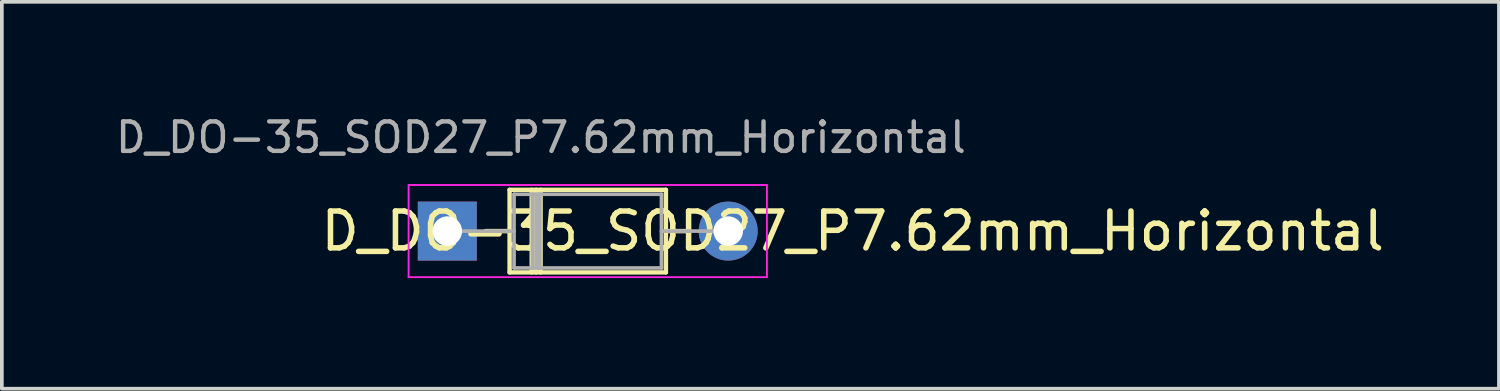
<source format=kicad_pcb>
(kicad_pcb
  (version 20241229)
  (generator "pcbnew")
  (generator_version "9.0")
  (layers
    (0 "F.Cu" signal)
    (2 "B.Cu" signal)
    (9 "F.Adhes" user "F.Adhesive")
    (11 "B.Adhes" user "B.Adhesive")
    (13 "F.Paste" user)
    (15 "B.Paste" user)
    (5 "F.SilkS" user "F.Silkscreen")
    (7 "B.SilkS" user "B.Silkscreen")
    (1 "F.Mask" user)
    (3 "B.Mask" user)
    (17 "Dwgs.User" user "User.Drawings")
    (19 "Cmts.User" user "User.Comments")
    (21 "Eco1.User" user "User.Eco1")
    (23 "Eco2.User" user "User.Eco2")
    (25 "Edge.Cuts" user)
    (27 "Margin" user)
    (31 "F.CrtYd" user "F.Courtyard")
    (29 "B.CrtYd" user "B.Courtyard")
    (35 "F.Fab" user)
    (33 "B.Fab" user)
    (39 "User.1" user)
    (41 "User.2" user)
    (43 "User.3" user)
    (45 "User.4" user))
  (footprint "D_DO-35_SOD27_P7.62mm_Horizontal"
    (layer "F.Cu")
    (at 9.084 3.219)
    (property "Reference" "D_DO-35_SOD27_P7.62mm_Horizontal" (at 10.998 0 180) (layer "F.SilkS") (effects (font (size 1 1) (thickness 0.15))))
    (attr through_hole)
    (fp_line (start 1.04 0) (end 1.69 0) (stroke (width 0.12) (type solid)) (layer "F.SilkS"))
    (fp_line (start 1.69 -1.12) (end 1.69 1.12) (stroke (width 0.12) (type solid)) (layer "F.SilkS"))
    (fp_line (start 1.69 1.12) (end 5.93 1.12) (stroke (width 0.12) (type solid)) (layer "F.SilkS"))
    (fp_line (start 2.29 -1.12) (end 2.29 1.12) (stroke (width 0.12) (type solid)) (layer "F.SilkS"))
    (fp_line (start 2.41 -1.12) (end 2.41 1.12) (stroke (width 0.12) (type solid)) (layer "F.SilkS"))
    (fp_line (start 2.53 -1.12) (end 2.53 1.12) (stroke (width 0.12) (type solid)) (layer "F.SilkS"))
    (fp_line (start 5.93 -1.12) (end 1.69 -1.12) (stroke (width 0.12) (type solid)) (layer "F.SilkS"))
    (fp_line (start 5.93 1.12) (end 5.93 -1.12) (stroke (width 0.12) (type solid)) (layer "F.SilkS"))
    (fp_line (start 6.58 0) (end 5.93 0) (stroke (width 0.12) (type solid)) (layer "F.SilkS"))
    (fp_line (start -1.05 -1.25) (end -1.05 1.25) (stroke (width 0.05) (type solid)) (layer "F.CrtYd"))
    (fp_line (start -1.05 1.25) (end 8.67 1.25) (stroke (width 0.05) (type solid)) (layer "F.CrtYd"))
    (fp_line (start 8.67 -1.25) (end -1.05 -1.25) (stroke (width 0.05) (type solid)) (layer "F.CrtYd"))
    (fp_line (start 8.67 1.25) (end 8.67 -1.25) (stroke (width 0.05) (type solid)) (layer "F.CrtYd"))
    (fp_line (start 0 0) (end 1.81 0) (stroke (width 0.1) (type solid)) (layer "F.Fab"))
    (fp_line (start 1.81 -1) (end 1.81 1) (stroke (width 0.1) (type solid)) (layer "F.Fab"))
    (fp_line (start 1.81 1) (end 5.81 1) (stroke (width 0.1) (type solid)) (layer "F.Fab"))
    (fp_line (start 2.31 -1) (end 2.31 1) (stroke (width 0.1) (type solid)) (layer "F.Fab"))
    (fp_line (start 2.41 -1) (end 2.41 1) (stroke (width 0.1) (type solid)) (layer "F.Fab"))
    (fp_line (start 2.51 -1) (end 2.51 1) (stroke (width 0.1) (type solid)) (layer "F.Fab"))
    (fp_line (start 5.81 -1) (end 1.81 -1) (stroke (width 0.1) (type solid)) (layer "F.Fab"))
    (fp_line (start 5.81 1) (end 5.81 -1) (stroke (width 0.1) (type solid)) (layer "F.Fab"))
    (fp_line (start 7.62 0) (end 5.81 0) (stroke (width 0.1) (type solid)) (layer "F.Fab"))
    (fp_text user "${REFERENCE}" (at 2.54 -2.54 0) (layer "F.Fab") (effects (font (size 0.8 0.8) (thickness 0.12))))
    (pad "1" thru_hole rect (at 0 0) (size 1.6 1.6) (drill 0.8) (layers "*.Cu" "*.Mask"))
    (pad "2" thru_hole oval (at 7.62 0) (size 1.6 1.6) (drill 0.8) (layers "*.Cu" "*.Mask")))
  (gr_rect
    (start -3 -3)
    (end 37.612 7.494)
    (stroke (width 0.1) (type default))
    (fill no)
    (layer "Edge.Cuts")))
</source>
